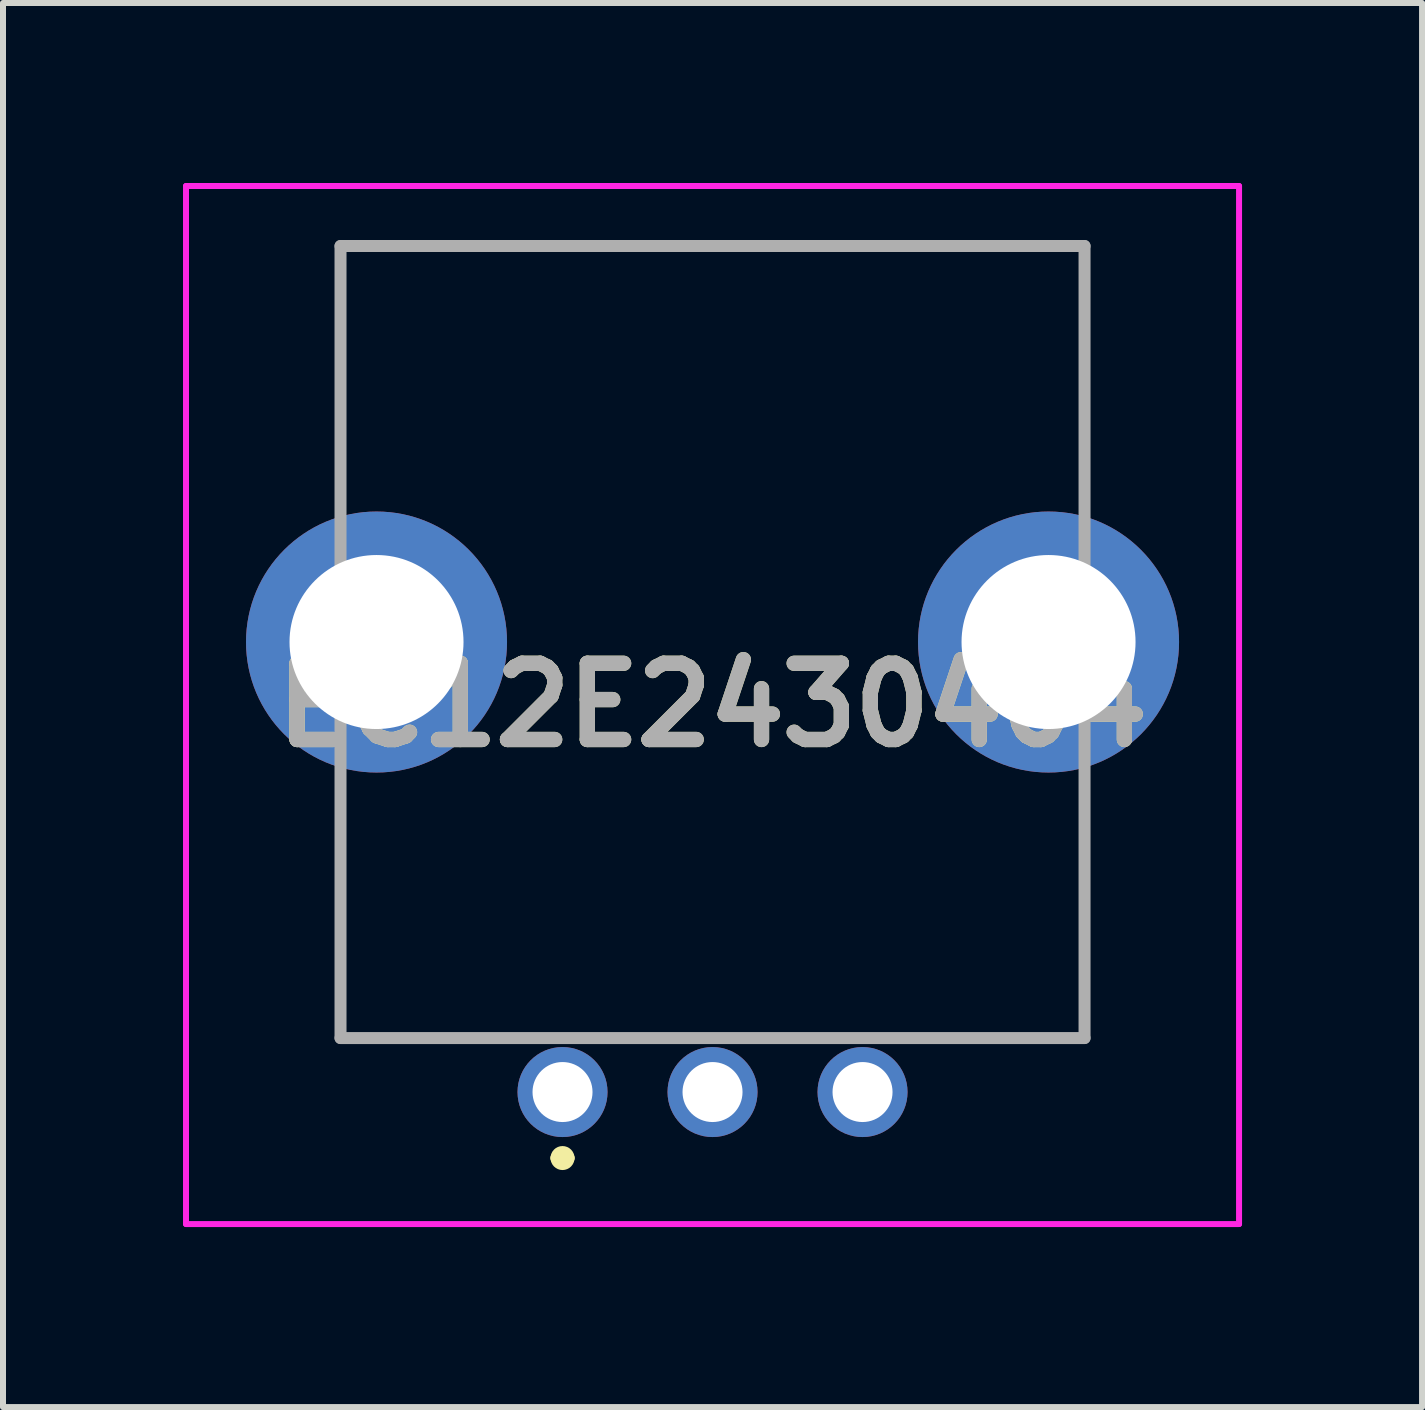
<source format=kicad_pcb>
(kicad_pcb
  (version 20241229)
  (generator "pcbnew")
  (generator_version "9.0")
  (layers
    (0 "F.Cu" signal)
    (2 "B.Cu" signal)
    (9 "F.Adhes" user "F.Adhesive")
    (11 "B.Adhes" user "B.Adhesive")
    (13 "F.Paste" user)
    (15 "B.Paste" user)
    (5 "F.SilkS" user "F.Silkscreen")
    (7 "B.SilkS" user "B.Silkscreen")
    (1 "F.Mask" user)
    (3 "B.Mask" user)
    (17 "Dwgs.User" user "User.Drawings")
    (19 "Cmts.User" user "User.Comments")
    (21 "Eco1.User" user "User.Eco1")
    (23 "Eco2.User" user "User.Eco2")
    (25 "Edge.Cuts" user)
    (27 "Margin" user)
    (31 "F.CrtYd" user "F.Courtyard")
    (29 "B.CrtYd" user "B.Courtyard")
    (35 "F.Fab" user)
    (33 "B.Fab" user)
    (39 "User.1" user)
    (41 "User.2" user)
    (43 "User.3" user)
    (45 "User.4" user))
  (footprint "EC12E2430404"
    (layer "F.Cu")
    (at 8.825 7.65)
    (property "Reference" "EC12E2430404" (at 0 1.05 0) (layer "F.SilkS") (effects (font (size 1.27 1.27) (thickness 0.254))))
    (attr through_hole)
    (fp_line (start -6.2 -6.6) (end 6.2 -6.6) (stroke (width 0.1) (type solid)) (layer "F.SilkS"))
    (fp_line (start -6.2 -2.54) (end -6.2 -6.6) (stroke (width 0.1) (type solid)) (layer "F.SilkS"))
    (fp_line (start -6.2 2.54) (end -6.2 6.6) (stroke (width 0.1) (type solid)) (layer "F.SilkS"))
    (fp_line (start -6.2 6.6) (end 6.2 6.6) (stroke (width 0.1) (type solid)) (layer "F.SilkS"))
    (fp_line (start -2.6 8.6) (end -2.6 8.6) (stroke (width 0.2) (type solid)) (layer "F.SilkS"))
    (fp_line (start -2.4 8.6) (end -2.4 8.6) (stroke (width 0.2) (type solid)) (layer "F.SilkS"))
    (fp_line (start 6.2 -6.6) (end 6.2 -2.54) (stroke (width 0.1) (type solid)) (layer "F.SilkS"))
    (fp_line (start 6.2 6.6) (end 6.2 2.54) (stroke (width 0.1) (type solid)) (layer "F.SilkS"))
    (fp_arc (start -2.6 8.6) (mid -2.5 8.5) (end -2.4 8.6) (stroke (width 0.2) (type solid)) (layer "F.SilkS"))
    (fp_arc (start -2.4 8.6) (mid -2.5 8.7) (end -2.6 8.6) (stroke (width 0.2) (type solid)) (layer "F.SilkS"))
    (fp_line (start -8.775 -7.6) (end 8.775 -7.6) (stroke (width 0.1) (type solid)) (layer "F.CrtYd"))
    (fp_line (start -8.775 9.7) (end -8.775 -7.6) (stroke (width 0.1) (type solid)) (layer "F.CrtYd"))
    (fp_line (start 8.775 -7.6) (end 8.775 9.7) (stroke (width 0.1) (type solid)) (layer "F.CrtYd"))
    (fp_line (start 8.775 9.7) (end -8.775 9.7) (stroke (width 0.1) (type solid)) (layer "F.CrtYd"))
    (fp_line (start -6.2 -6.6) (end 6.2 -6.6) (stroke (width 0.2) (type solid)) (layer "F.Fab"))
    (fp_line (start -6.2 6.6) (end -6.2 -6.6) (stroke (width 0.2) (type solid)) (layer "F.Fab"))
    (fp_line (start 6.2 -6.6) (end 6.2 6.6) (stroke (width 0.2) (type solid)) (layer "F.Fab"))
    (fp_line (start 6.2 6.6) (end -6.2 6.6) (stroke (width 0.2) (type solid)) (layer "F.Fab"))
    (fp_text user "${REFERENCE}" (at 0 1.05 0) (layer "F.Fab") (effects (font (size 1.27 1.27) (thickness 0.254))))
    (pad "A" thru_hole circle (at -2.5 7.5) (size 1.5 1.5) (drill 1) (layers "*.Cu" "*.Mask"))
    (pad "B" thru_hole circle (at 2.5 7.5) (size 1.5 1.5) (drill 1) (layers "*.Cu" "*.Mask"))
    (pad "C" thru_hole circle (at 0 7.5) (size 1.5 1.5) (drill 1) (layers "*.Cu" "*.Mask"))
    (pad "MH1" thru_hole circle (at -5.6 0) (size 4.35 4.35) (drill 2.9) (layers "*.Cu" "*.Mask"))
    (pad "MH2" thru_hole circle (at 5.6 0) (size 4.35 4.35) (drill 2.9) (layers "*.Cu" "*.Mask")))
  (gr_rect
    (start -3 -3)
    (end 20.65 20.4)
    (stroke (width 0.1) (type default))
    (fill no)
    (layer "Edge.Cuts")))
</source>
